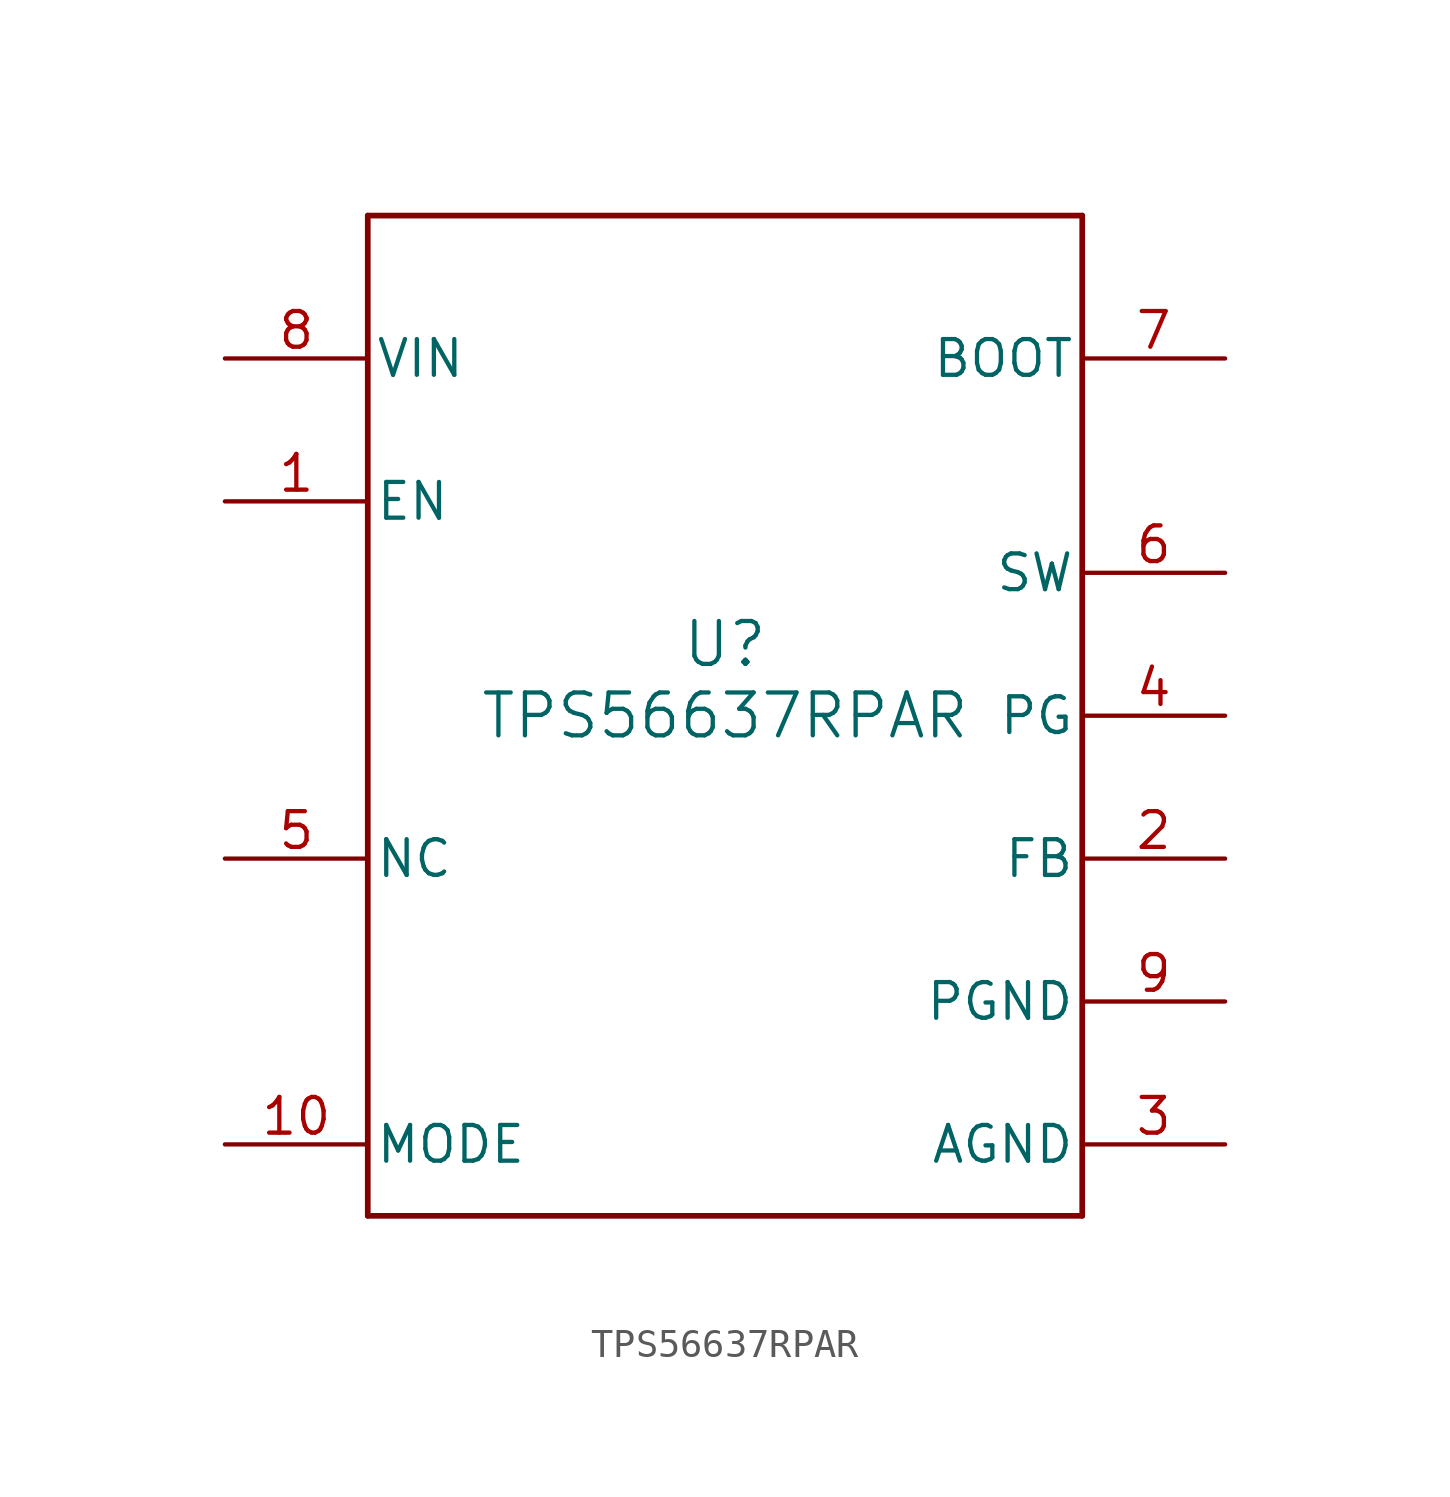
<source format=kicad_sym>
(kicad_symbol_lib
  (version 20241209)
  (generator "kicad_symbol_editor")
  (generator_version "9.0")
  (symbol "TPS56637RPAR"
    (pin_names
      (offset 0.254))
    (property "Reference" "U"
      (at 0 2.54 0)
      (effects (font (size 1.524 1.524))))
    (property "Value" "TPS56637RPAR"
      (at 0 0 0)
      (effects (font (size 1.524 1.524))))
    (symbol "TPS56637RPAR_0_1"
      (polyline (pts (xy -12.7 17.78) (xy -12.7 -17.78)) (stroke (width 0.203) (type default)) (fill (type none)))
      (polyline (pts (xy -12.7 -17.78) (xy 12.7 -17.78)) (stroke (width 0.203) (type default)) (fill (type none)))
      (polyline (pts (xy 12.7 17.78) (xy -12.7 17.78)) (stroke (width 0.203) (type default)) (fill (type none)))
      (polyline (pts (xy 12.7 -17.78) (xy 12.7 17.78)) (stroke (width 0.203) (type default)) (fill (type none)))
      (pin power_in line (at -17.78 12.7 0) (length 5.08) (name "VIN" (effects (font (size 1.27 1.27)))) (number "8" (effects (font (size 1.27 1.27)))))
      (pin power_in line (at -17.78 7.62 0) (length 5.08) (name "EN" (effects (font (size 1.27 1.27)))) (number "1" (effects (font (size 1.27 1.27)))))
      (pin unspecified line (at -17.78 -5.08 0) (length 5.08) (name "NC" (effects (font (size 1.27 1.27)))) (number "5" (effects (font (size 1.27 1.27)))))
      (pin power_in line (at -17.78 -15.24 0) (length 5.08) (name "MODE" (effects (font (size 1.27 1.27)))) (number "10" (effects (font (size 1.27 1.27)))))
      (pin power_in line (at 17.78 12.7 180) (length 5.08) (name "BOOT" (effects (font (size 1.27 1.27)))) (number "7" (effects (font (size 1.27 1.27)))))
      (pin power_in line (at 17.78 5.08 180) (length 5.08) (name "SW" (effects (font (size 1.27 1.27)))) (number "6" (effects (font (size 1.27 1.27)))))
      (pin power_in line (at 17.78 0 180) (length 5.08) (name "PG" (effects (font (size 1.27 1.27)))) (number "4" (effects (font (size 1.27 1.27)))))
      (pin power_in line (at 17.78 -5.08 180) (length 5.08) (name "FB" (effects (font (size 1.27 1.27)))) (number "2" (effects (font (size 1.27 1.27)))))
      (pin power_in line (at 17.78 -10.16 180) (length 5.08) (name "PGND" (effects (font (size 1.27 1.27)))) (number "9" (effects (font (size 1.27 1.27)))))
      (pin power_in line (at 17.78 -15.24 180) (length 5.08) (name "AGND" (effects (font (size 1.27 1.27)))) (number "3" (effects (font (size 1.27 1.27))))))))
</source>
